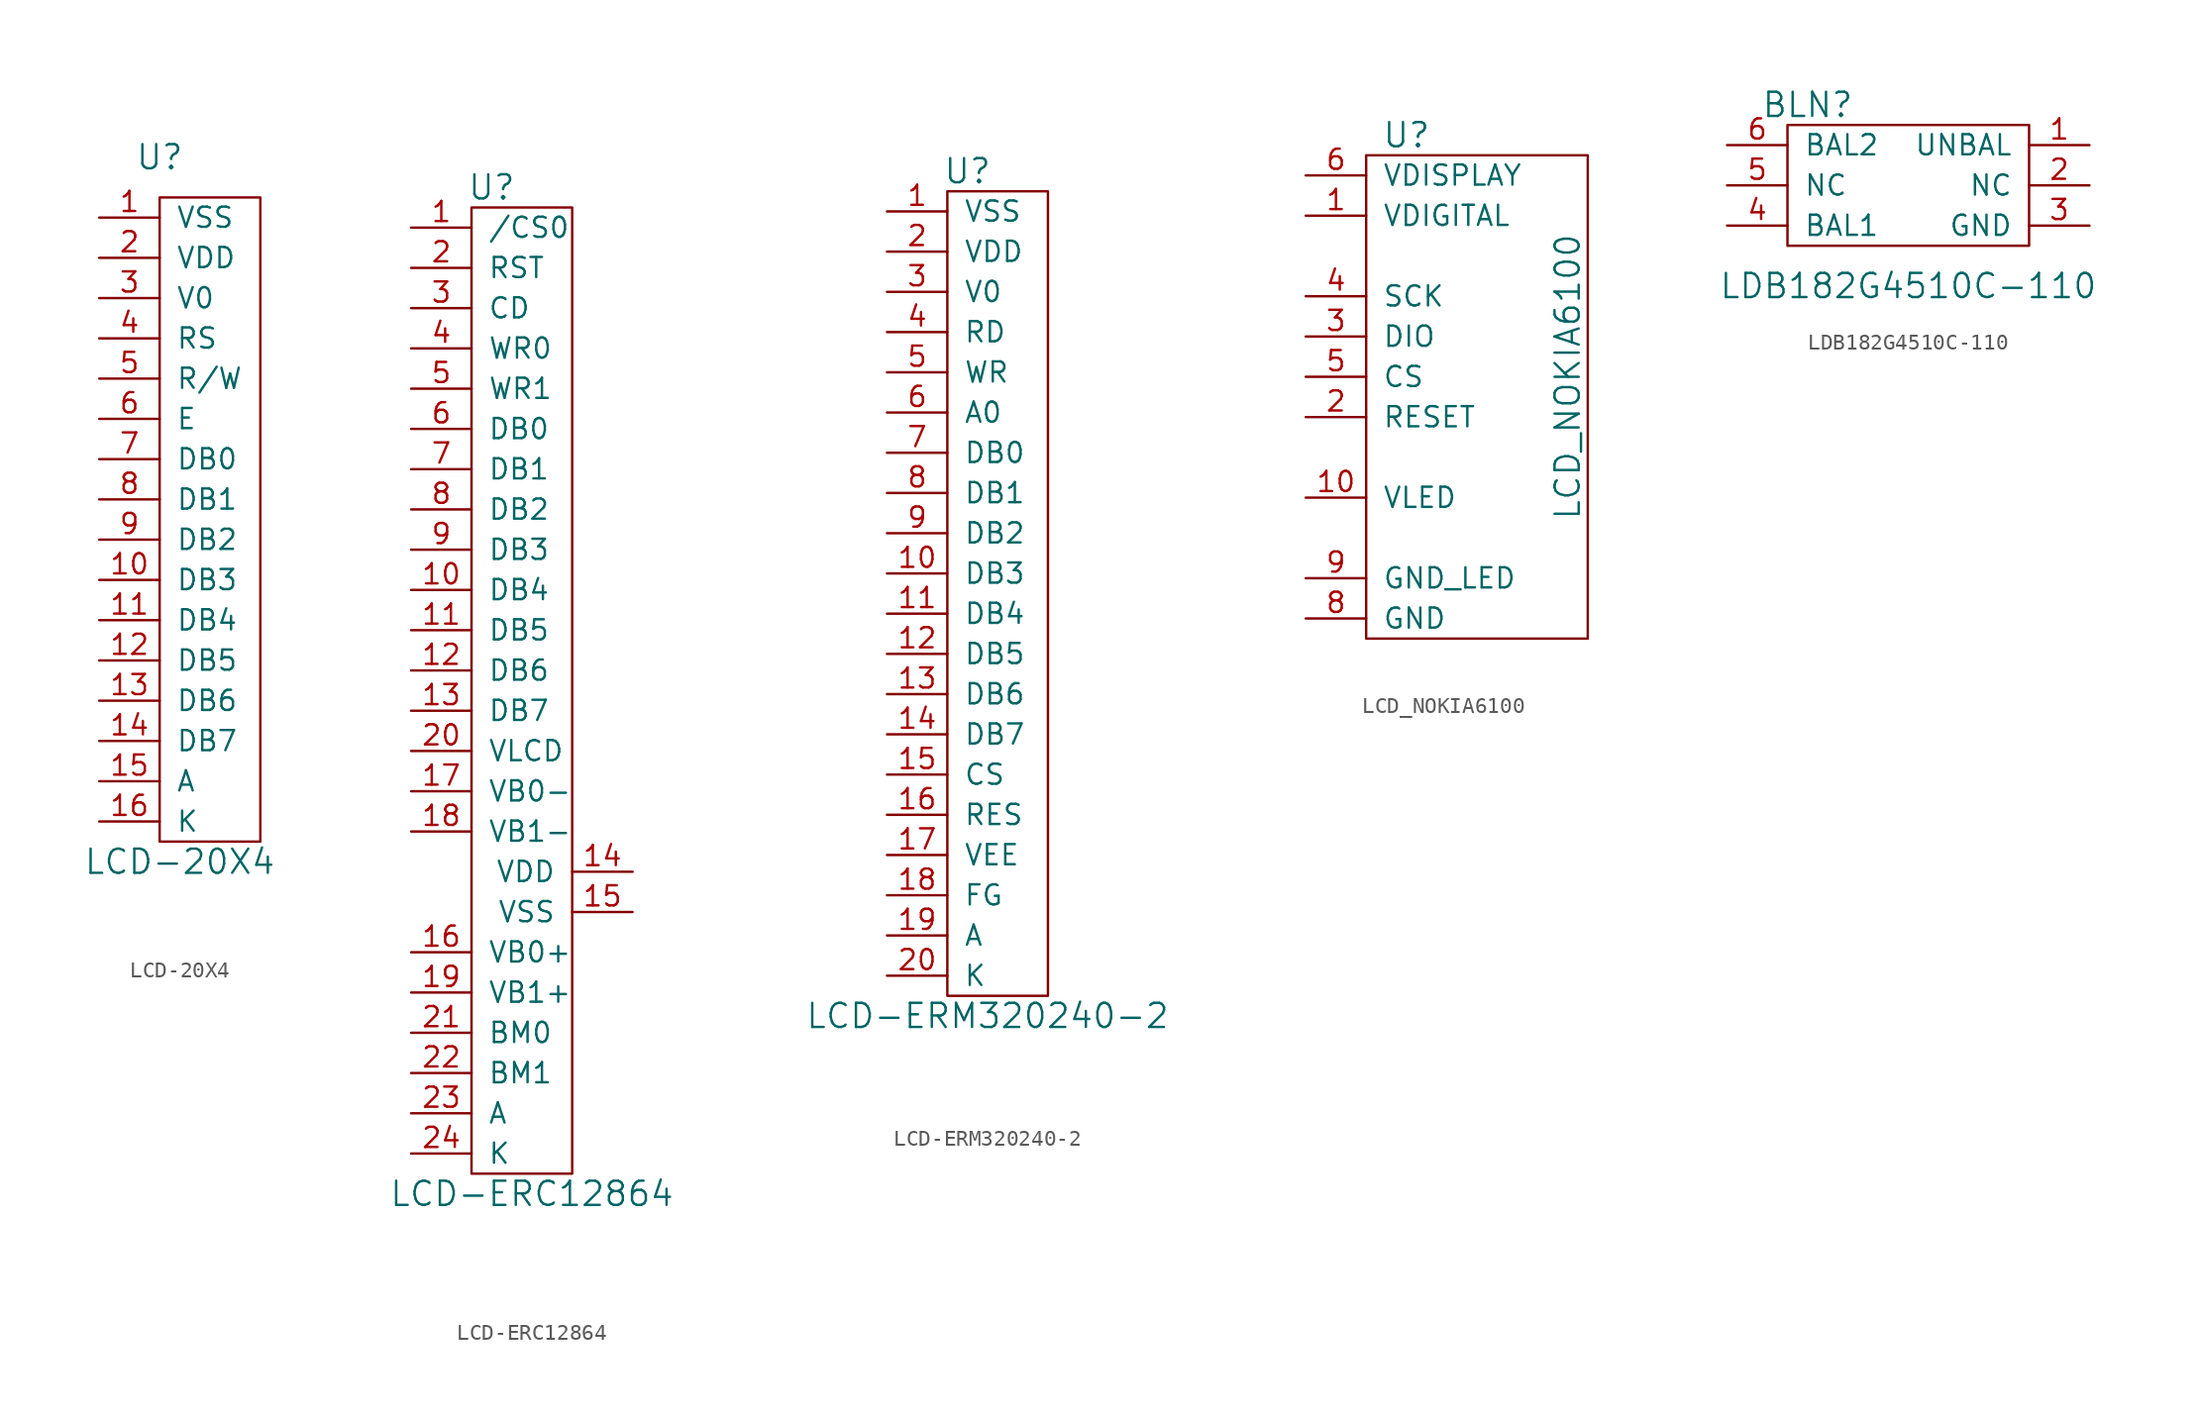
<source format=kicad_sym>
(kicad_symbol_lib
  (version 20211014)
  (generator kicad_symbol_editor)
  (symbol "LCD-20X4"
    (pin_names
      (offset 1.016))
    (property "Reference" "U"
      (at 0 22.86 0)
      (effects (font (size 1.524 1.524))))
    (property "Value" "LCD-20X4"
      (at 1.27 -21.59 0)
      (effects (font (size 1.524 1.524))))
    (property "Footprint" ""
      (at 0 0 0)
      (effects (font (size 1.524 1.524))))
    (property "Datasheet" ""
      (at 0 0 0)
      (effects (font (size 1.524 1.524))))
    (symbol "LCD-20X4_0_1"
      (rectangle (start 0 20.32) (end 6.35 -20.32) (stroke (width 0) (type default) (color 0 0 0 0)) (fill (type none))))
    (symbol "LCD-20X4_1_1"
      (pin passive line (at -3.81 19.05 0) (length 3.81) (name "VSS" (effects (font (size 1.27 1.27)))) (number "1" (effects (font (size 1.27 1.27)))))
      (pin passive line (at -3.81 -3.81 0) (length 3.81) (name "DB3" (effects (font (size 1.27 1.27)))) (number "10" (effects (font (size 1.27 1.27)))))
      (pin passive line (at -3.81 -6.35 0) (length 3.81) (name "DB4" (effects (font (size 1.27 1.27)))) (number "11" (effects (font (size 1.27 1.27)))))
      (pin passive line (at -3.81 -8.89 0) (length 3.81) (name "DB5" (effects (font (size 1.27 1.27)))) (number "12" (effects (font (size 1.27 1.27)))))
      (pin passive line (at -3.81 -11.43 0) (length 3.81) (name "DB6" (effects (font (size 1.27 1.27)))) (number "13" (effects (font (size 1.27 1.27)))))
      (pin passive line (at -3.81 -13.97 0) (length 3.81) (name "DB7" (effects (font (size 1.27 1.27)))) (number "14" (effects (font (size 1.27 1.27)))))
      (pin passive line (at -3.81 -16.51 0) (length 3.81) (name "A" (effects (font (size 1.27 1.27)))) (number "15" (effects (font (size 1.27 1.27)))))
      (pin passive line (at -3.81 -19.05 0) (length 3.81) (name "K" (effects (font (size 1.27 1.27)))) (number "16" (effects (font (size 1.27 1.27)))))
      (pin passive line (at -3.81 16.51 0) (length 3.81) (name "VDD" (effects (font (size 1.27 1.27)))) (number "2" (effects (font (size 1.27 1.27)))))
      (pin passive line (at -3.81 13.97 0) (length 3.81) (name "V0" (effects (font (size 1.27 1.27)))) (number "3" (effects (font (size 1.27 1.27)))))
      (pin passive line (at -3.81 11.43 0) (length 3.81) (name "RS" (effects (font (size 1.27 1.27)))) (number "4" (effects (font (size 1.27 1.27)))))
      (pin passive line (at -3.81 8.89 0) (length 3.81) (name "R/W" (effects (font (size 1.27 1.27)))) (number "5" (effects (font (size 1.27 1.27)))))
      (pin passive line (at -3.81 6.35 0) (length 3.81) (name "E" (effects (font (size 1.27 1.27)))) (number "6" (effects (font (size 1.27 1.27)))))
      (pin passive line (at -3.81 3.81 0) (length 3.81) (name "DB0" (effects (font (size 1.27 1.27)))) (number "7" (effects (font (size 1.27 1.27)))))
      (pin passive line (at -3.81 1.27 0) (length 3.81) (name "DB1" (effects (font (size 1.27 1.27)))) (number "8" (effects (font (size 1.27 1.27)))))
      (pin passive line (at -3.81 -1.27 0) (length 3.81) (name "DB2" (effects (font (size 1.27 1.27)))) (number "9" (effects (font (size 1.27 1.27)))))))
  (symbol "LCD-ERC12864"
    (pin_names
      (offset 1.016))
    (property "Reference" "U"
      (at 1.27 31.75 0)
      (effects (font (size 1.524 1.524))))
    (property "Value" "LCD-ERC12864"
      (at 3.81 -31.75 0)
      (effects (font (size 1.524 1.524))))
    (property "Footprint" ""
      (at 0 10.16 0)
      (effects (font (size 1.524 1.524))))
    (property "Datasheet" ""
      (at 0 10.16 0)
      (effects (font (size 1.524 1.524))))
    (symbol "LCD-ERC12864_0_1"
      (rectangle (start 0 -30.48) (end 6.35 30.48) (stroke (width 0) (type default) (color 0 0 0 0)) (fill (type none))))
    (symbol "LCD-ERC12864_1_1"
      (pin passive line (at -3.81 29.21 0) (length 3.81) (name "/CS0" (effects (font (size 1.27 1.27)))) (number "1" (effects (font (size 1.27 1.27)))))
      (pin passive line (at -3.81 6.35 0) (length 3.81) (name "DB4" (effects (font (size 1.27 1.27)))) (number "10" (effects (font (size 1.27 1.27)))))
      (pin passive line (at -3.81 3.81 0) (length 3.81) (name "DB5" (effects (font (size 1.27 1.27)))) (number "11" (effects (font (size 1.27 1.27)))))
      (pin passive line (at -3.81 1.27 0) (length 3.81) (name "DB6" (effects (font (size 1.27 1.27)))) (number "12" (effects (font (size 1.27 1.27)))))
      (pin passive line (at -3.81 -1.27 0) (length 3.81) (name "DB7" (effects (font (size 1.27 1.27)))) (number "13" (effects (font (size 1.27 1.27)))))
      (pin passive line (at 10.16 -11.43 180) (length 3.81) (name "VDD" (effects (font (size 1.27 1.27)))) (number "14" (effects (font (size 1.27 1.27)))))
      (pin passive line (at 10.16 -13.97 180) (length 3.81) (name "VSS" (effects (font (size 1.27 1.27)))) (number "15" (effects (font (size 1.27 1.27)))))
      (pin passive line (at -3.81 -16.51 0) (length 3.81) (name "VB0+" (effects (font (size 1.27 1.27)))) (number "16" (effects (font (size 1.27 1.27)))))
      (pin passive line (at -3.81 -6.35 0) (length 3.81) (name "VB0-" (effects (font (size 1.27 1.27)))) (number "17" (effects (font (size 1.27 1.27)))))
      (pin passive line (at -3.81 -8.89 0) (length 3.81) (name "VB1-" (effects (font (size 1.27 1.27)))) (number "18" (effects (font (size 1.27 1.27)))))
      (pin passive line (at -3.81 -19.05 0) (length 3.81) (name "VB1+" (effects (font (size 1.27 1.27)))) (number "19" (effects (font (size 1.27 1.27)))))
      (pin passive line (at -3.81 26.67 0) (length 3.81) (name "RST" (effects (font (size 1.27 1.27)))) (number "2" (effects (font (size 1.27 1.27)))))
      (pin passive line (at -3.81 -3.81 0) (length 3.81) (name "VLCD" (effects (font (size 1.27 1.27)))) (number "20" (effects (font (size 1.27 1.27)))))
      (pin passive line (at -3.81 -21.59 0) (length 3.81) (name "BM0" (effects (font (size 1.27 1.27)))) (number "21" (effects (font (size 1.27 1.27)))))
      (pin passive line (at -3.81 -24.13 0) (length 3.81) (name "BM1" (effects (font (size 1.27 1.27)))) (number "22" (effects (font (size 1.27 1.27)))))
      (pin input line (at -3.81 -26.67 0) (length 3.81) (name "A" (effects (font (size 1.27 1.27)))) (number "23" (effects (font (size 1.27 1.27)))))
      (pin input line (at -3.81 -29.21 0) (length 3.81) (name "K" (effects (font (size 1.27 1.27)))) (number "24" (effects (font (size 1.27 1.27)))))
      (pin passive line (at -3.81 24.13 0) (length 3.81) (name "CD" (effects (font (size 1.27 1.27)))) (number "3" (effects (font (size 1.27 1.27)))))
      (pin passive line (at -3.81 21.59 0) (length 3.81) (name "WR0" (effects (font (size 1.27 1.27)))) (number "4" (effects (font (size 1.27 1.27)))))
      (pin passive line (at -3.81 19.05 0) (length 3.81) (name "WR1" (effects (font (size 1.27 1.27)))) (number "5" (effects (font (size 1.27 1.27)))))
      (pin passive line (at -3.81 16.51 0) (length 3.81) (name "DB0" (effects (font (size 1.27 1.27)))) (number "6" (effects (font (size 1.27 1.27)))))
      (pin passive line (at -3.81 13.97 0) (length 3.81) (name "DB1" (effects (font (size 1.27 1.27)))) (number "7" (effects (font (size 1.27 1.27)))))
      (pin passive line (at -3.81 11.43 0) (length 3.81) (name "DB2" (effects (font (size 1.27 1.27)))) (number "8" (effects (font (size 1.27 1.27)))))
      (pin passive line (at -3.81 8.89 0) (length 3.81) (name "DB3" (effects (font (size 1.27 1.27)))) (number "9" (effects (font (size 1.27 1.27)))))))
  (symbol "LCD-ERM320240-2"
    (pin_names
      (offset 1.016))
    (property "Reference" "U"
      (at 1.27 26.67 0)
      (effects (font (size 1.524 1.524))))
    (property "Value" "LCD-ERM320240-2"
      (at 2.54 -26.67 0)
      (effects (font (size 1.524 1.524))))
    (property "Footprint" ""
      (at 0 5.08 0)
      (effects (font (size 1.524 1.524))))
    (property "Datasheet" ""
      (at 0 5.08 0)
      (effects (font (size 1.524 1.524))))
    (symbol "LCD-ERM320240-2_0_1"
      (rectangle (start 0 25.4) (end 6.35 -25.4) (stroke (width 0) (type default) (color 0 0 0 0)) (fill (type none))))
    (symbol "LCD-ERM320240-2_1_1"
      (pin passive line (at -3.81 24.13 0) (length 3.81) (name "VSS" (effects (font (size 1.27 1.27)))) (number "1" (effects (font (size 1.27 1.27)))))
      (pin passive line (at -3.81 1.27 0) (length 3.81) (name "DB3" (effects (font (size 1.27 1.27)))) (number "10" (effects (font (size 1.27 1.27)))))
      (pin passive line (at -3.81 -1.27 0) (length 3.81) (name "DB4" (effects (font (size 1.27 1.27)))) (number "11" (effects (font (size 1.27 1.27)))))
      (pin passive line (at -3.81 -3.81 0) (length 3.81) (name "DB5" (effects (font (size 1.27 1.27)))) (number "12" (effects (font (size 1.27 1.27)))))
      (pin passive line (at -3.81 -6.35 0) (length 3.81) (name "DB6" (effects (font (size 1.27 1.27)))) (number "13" (effects (font (size 1.27 1.27)))))
      (pin passive line (at -3.81 -8.89 0) (length 3.81) (name "DB7" (effects (font (size 1.27 1.27)))) (number "14" (effects (font (size 1.27 1.27)))))
      (pin passive line (at -3.81 -11.43 0) (length 3.81) (name "CS" (effects (font (size 1.27 1.27)))) (number "15" (effects (font (size 1.27 1.27)))))
      (pin passive line (at -3.81 -13.97 0) (length 3.81) (name "RES" (effects (font (size 1.27 1.27)))) (number "16" (effects (font (size 1.27 1.27)))))
      (pin passive line (at -3.81 -16.51 0) (length 3.81) (name "VEE" (effects (font (size 1.27 1.27)))) (number "17" (effects (font (size 1.27 1.27)))))
      (pin passive line (at -3.81 -19.05 0) (length 3.81) (name "FG" (effects (font (size 1.27 1.27)))) (number "18" (effects (font (size 1.27 1.27)))))
      (pin passive line (at -3.81 -21.59 0) (length 3.81) (name "A" (effects (font (size 1.27 1.27)))) (number "19" (effects (font (size 1.27 1.27)))))
      (pin passive line (at -3.81 21.59 0) (length 3.81) (name "VDD" (effects (font (size 1.27 1.27)))) (number "2" (effects (font (size 1.27 1.27)))))
      (pin passive line (at -3.81 -24.13 0) (length 3.81) (name "K" (effects (font (size 1.27 1.27)))) (number "20" (effects (font (size 1.27 1.27)))))
      (pin passive line (at -3.81 19.05 0) (length 3.81) (name "V0" (effects (font (size 1.27 1.27)))) (number "3" (effects (font (size 1.27 1.27)))))
      (pin passive line (at -3.81 16.51 0) (length 3.81) (name "RD" (effects (font (size 1.27 1.27)))) (number "4" (effects (font (size 1.27 1.27)))))
      (pin passive line (at -3.81 13.97 0) (length 3.81) (name "WR" (effects (font (size 1.27 1.27)))) (number "5" (effects (font (size 1.27 1.27)))))
      (pin passive line (at -3.81 11.43 0) (length 3.81) (name "A0" (effects (font (size 1.27 1.27)))) (number "6" (effects (font (size 1.27 1.27)))))
      (pin passive line (at -3.81 8.89 0) (length 3.81) (name "DB0" (effects (font (size 1.27 1.27)))) (number "7" (effects (font (size 1.27 1.27)))))
      (pin passive line (at -3.81 6.35 0) (length 3.81) (name "DB1" (effects (font (size 1.27 1.27)))) (number "8" (effects (font (size 1.27 1.27)))))
      (pin passive line (at -3.81 3.81 0) (length 3.81) (name "DB2" (effects (font (size 1.27 1.27)))) (number "9" (effects (font (size 1.27 1.27)))))))
  (symbol "LCD_NOKIA6100"
    (pin_names
      (offset 1.016))
    (property "Reference" "U"
      (at 2.54 16.51 0)
      (effects (font (size 1.524 1.524))))
    (property "Value" "LCD_NOKIA6100"
      (at 12.7 1.27 90)
      (effects (font (size 1.524 1.524))))
    (property "Footprint" ""
      (at 0 0 0)
      (effects (font (size 1.524 1.524))))
    (property "Datasheet" ""
      (at 0 0 0)
      (effects (font (size 1.524 1.524))))
    (symbol "LCD_NOKIA6100_0_1"
      (rectangle (start 0 15.24) (end 13.97 -15.24) (stroke (width 0) (type default) (color 0 0 0 0)) (fill (type none))))
    (symbol "LCD_NOKIA6100_1_1"
      (pin passive line (at -3.81 11.43 0) (length 3.81) (name "VDIGITAL" (effects (font (size 1.27 1.27)))) (number "1" (effects (font (size 1.27 1.27)))))
      (pin passive line (at -3.81 -6.35 0) (length 3.81) (name "VLED" (effects (font (size 1.27 1.27)))) (number "10" (effects (font (size 1.27 1.27)))))
      (pin passive line (at -3.81 -1.27 0) (length 3.81) (name "RESET" (effects (font (size 1.27 1.27)))) (number "2" (effects (font (size 1.27 1.27)))))
      (pin passive line (at -3.81 3.81 0) (length 3.81) (name "DIO" (effects (font (size 1.27 1.27)))) (number "3" (effects (font (size 1.27 1.27)))))
      (pin passive line (at -3.81 6.35 0) (length 3.81) (name "SCK" (effects (font (size 1.27 1.27)))) (number "4" (effects (font (size 1.27 1.27)))))
      (pin passive line (at -3.81 1.27 0) (length 3.81) (name "CS" (effects (font (size 1.27 1.27)))) (number "5" (effects (font (size 1.27 1.27)))))
      (pin passive line (at -3.81 13.97 0) (length 3.81) (name "VDISPLAY" (effects (font (size 1.27 1.27)))) (number "6" (effects (font (size 1.27 1.27)))))
      (pin passive line (at -3.81 -13.97 0) (length 3.81) (name "GND" (effects (font (size 1.27 1.27)))) (number "8" (effects (font (size 1.27 1.27)))))
      (pin passive line (at -3.81 -11.43 0) (length 3.81) (name "GND_LED" (effects (font (size 1.27 1.27)))) (number "9" (effects (font (size 1.27 1.27)))))))
  (symbol "LDB182G4510C-110"
    (pin_names
      (offset 1.016))
    (property "Reference" "BLN"
      (at -6.35 5.08 0)
      (effects (font (size 1.524 1.524))))
    (property "Value" "LDB182G4510C-110"
      (at 0 -6.35 0)
      (effects (font (size 1.524 1.524))))
    (property "Footprint" ""
      (at 0 0 0)
      (effects (font (size 1.524 1.524))))
    (property "Datasheet" ""
      (at 0 0 0)
      (effects (font (size 1.524 1.524))))
    (symbol "LDB182G4510C-110_0_1"
      (rectangle (start -7.62 3.81) (end 7.62 -3.81) (stroke (width 0) (type default) (color 0 0 0 0)) (fill (type none))))
    (symbol "LDB182G4510C-110_1_1"
      (pin passive line (at 11.43 2.54 180) (length 3.81) (name "UNBAL" (effects (font (size 1.27 1.27)))) (number "1" (effects (font (size 1.27 1.27)))))
      (pin input line (at 11.43 0 180) (length 3.81) (name "NC" (effects (font (size 1.27 1.27)))) (number "2" (effects (font (size 1.27 1.27)))))
      (pin passive line (at 11.43 -2.54 180) (length 3.81) (name "GND" (effects (font (size 1.27 1.27)))) (number "3" (effects (font (size 1.27 1.27)))))
      (pin input line (at -11.43 -2.54 0) (length 3.81) (name "BAL1" (effects (font (size 1.27 1.27)))) (number "4" (effects (font (size 1.27 1.27)))))
      (pin input line (at -11.43 0 0) (length 3.81) (name "NC" (effects (font (size 1.27 1.27)))) (number "5" (effects (font (size 1.27 1.27)))))
      (pin passive line (at -11.43 2.54 0) (length 3.81) (name "BAL2" (effects (font (size 1.27 1.27)))) (number "6" (effects (font (size 1.27 1.27))))))))
</source>
